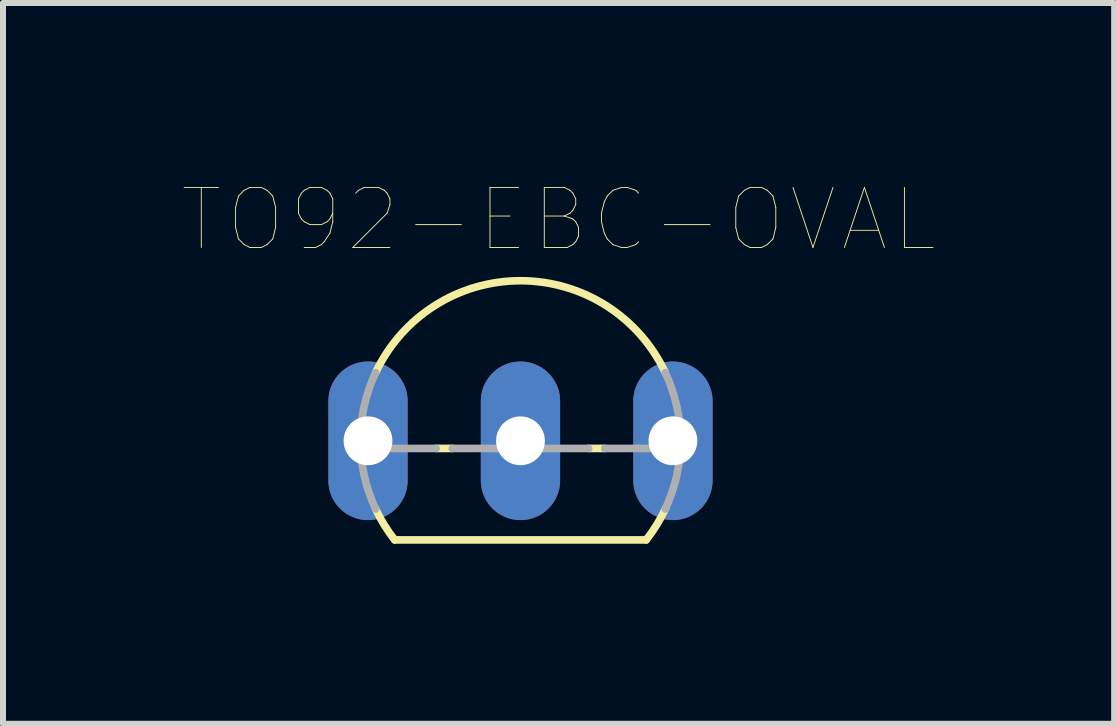
<source format=kicad_pcb>
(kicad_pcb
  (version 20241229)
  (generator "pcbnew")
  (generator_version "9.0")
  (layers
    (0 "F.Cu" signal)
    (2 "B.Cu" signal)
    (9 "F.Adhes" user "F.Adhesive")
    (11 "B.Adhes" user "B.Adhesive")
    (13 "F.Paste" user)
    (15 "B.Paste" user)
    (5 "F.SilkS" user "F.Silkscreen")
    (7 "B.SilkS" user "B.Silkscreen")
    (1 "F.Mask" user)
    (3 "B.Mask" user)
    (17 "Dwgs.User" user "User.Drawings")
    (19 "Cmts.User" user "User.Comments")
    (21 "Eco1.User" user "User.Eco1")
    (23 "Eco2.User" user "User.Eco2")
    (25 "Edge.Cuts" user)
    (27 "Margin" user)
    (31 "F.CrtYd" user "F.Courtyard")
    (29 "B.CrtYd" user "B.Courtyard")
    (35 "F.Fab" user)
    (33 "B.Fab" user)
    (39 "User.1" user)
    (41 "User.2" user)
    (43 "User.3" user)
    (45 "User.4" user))
  (footprint "TO92-EBC-OVAL"
    (layer "F.Cu")
    (at 5.621 3.024)
    (property "Reference" "TO92-EBC-OVAL" (at 0.635 -2.413 0) (layer "F.SilkS") (effects (font (size 1 1) (thickness 0.015))))
    (attr through_hole)
    (fp_line (start -2.095 2.921) (end 2.095 2.921) (stroke (width 0.127) (type solid)) (layer "F.SilkS"))
    (fp_line (start -1.136 1.397) (end -1.404 1.397) (stroke (width 0.127) (type solid)) (layer "F.SilkS"))
    (fp_line (start 1.404 1.397) (end 1.136 1.397) (stroke (width 0.127) (type solid)) (layer "F.SilkS"))
    (fp_arc (start -2.413 0.1341) (mid 0 -1.396985) (end 2.413 0.1341) (stroke (width 0.127) (type solid)) (layer "F.SilkS"))
    (fp_arc (start -2.095 2.921) (mid -2.268918 2.67252) (end -2.4135 2.4059) (stroke (width 0.127) (type solid)) (layer "F.SilkS"))
    (fp_arc (start 2.4247 2.3818) (mid 2.275878 2.661201) (end 2.095 2.921) (stroke (width 0.127) (type solid)) (layer "F.SilkS"))
    (fp_line (start -1.404 1.397) (end -2.664 1.397) (stroke (width 0.127) (type solid)) (layer "F.Fab"))
    (fp_line (start 1.136 1.397) (end -1.136 1.397) (stroke (width 0.127) (type solid)) (layer "F.Fab"))
    (fp_line (start 2.664 1.397) (end 1.404 1.397) (stroke (width 0.127) (type solid)) (layer "F.Fab"))
    (fp_arc (start -2.413 2.4059) (mid -2.666991 1.27) (end -2.413 0.1341) (stroke (width 0.127) (type solid)) (layer "F.Fab"))
    (fp_arc (start 2.413 0.1341) (mid 2.666991 1.27) (end 2.413 2.4059) (stroke (width 0.127) (type solid)) (layer "F.Fab"))
    (pad "B" thru_hole oval (at 0 1.27) (size 1.321 2.642) (drill 0.813) (layers "*.Cu" "*.Mask"))
    (pad "C" thru_hole oval (at 2.54 1.27) (size 1.321 2.642) (drill 0.813) (layers "*.Cu" "*.Mask"))
    (pad "E" thru_hole oval (at -2.54 1.27) (size 1.321 2.642) (drill 0.813) (layers "*.Cu" "*.Mask")))
  (gr_rect
    (start -3 -3)
    (end 15.512 9.009)
    (stroke (width 0.1) (type default))
    (fill no)
    (layer "Edge.Cuts")))
</source>
